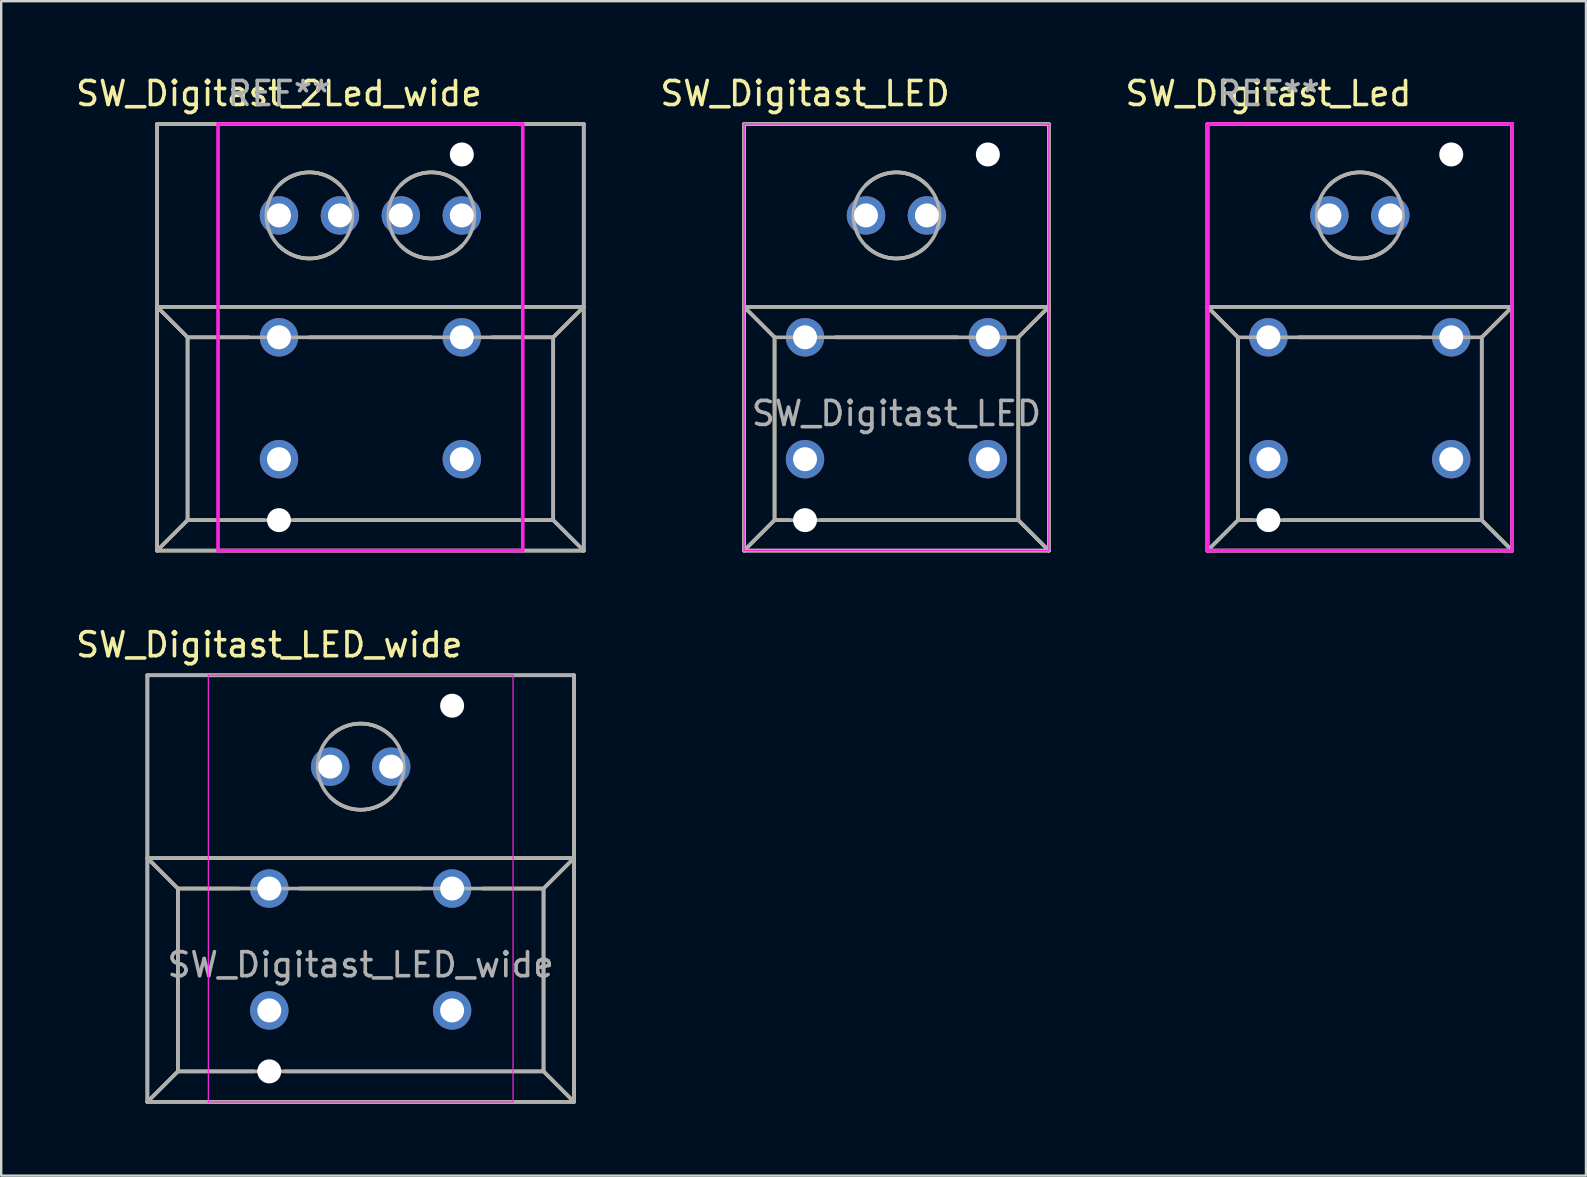
<source format=kicad_pcb>
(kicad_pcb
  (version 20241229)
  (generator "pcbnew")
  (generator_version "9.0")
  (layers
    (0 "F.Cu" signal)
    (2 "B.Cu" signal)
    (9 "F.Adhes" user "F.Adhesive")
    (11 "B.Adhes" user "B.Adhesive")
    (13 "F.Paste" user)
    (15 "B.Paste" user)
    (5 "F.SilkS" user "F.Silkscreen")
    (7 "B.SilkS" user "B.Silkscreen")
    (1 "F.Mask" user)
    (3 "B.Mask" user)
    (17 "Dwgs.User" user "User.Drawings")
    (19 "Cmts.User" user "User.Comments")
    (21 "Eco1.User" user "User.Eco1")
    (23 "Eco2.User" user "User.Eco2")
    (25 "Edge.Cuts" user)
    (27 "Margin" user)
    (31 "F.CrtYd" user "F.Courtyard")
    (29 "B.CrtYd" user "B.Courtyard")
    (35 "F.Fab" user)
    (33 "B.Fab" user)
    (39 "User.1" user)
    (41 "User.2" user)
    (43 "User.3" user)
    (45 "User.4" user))
  (footprint "SW_Digitast_2Led_wide"
    (layer "F.Cu")
    (at 12.387 11.008)
    (property "Reference" "SW_Digitast_2Led_wide" (at -3.81 -10.16 0) (layer "F.SilkS") (effects (font (size 1 1) (thickness 0.15))))
    (attr through_hole)
    (fp_line (start -8.89 -8.89) (end -8.89 8.89) (stroke (width 0.15) (type solid)) (layer "F.SilkS"))
    (fp_line (start -8.89 -1.27) (end 8.89 -1.27) (stroke (width 0.15) (type solid)) (layer "F.SilkS"))
    (fp_line (start -8.89 8.89) (end 8.89 8.89) (stroke (width 0.15) (type solid)) (layer "F.SilkS"))
    (fp_line (start -7.62 0) (end -8.89 -1.27) (stroke (width 0.15) (type solid)) (layer "F.SilkS"))
    (fp_line (start -7.62 0) (end -7.62 7.62) (stroke (width 0.15) (type solid)) (layer "F.SilkS"))
    (fp_line (start -7.62 7.62) (end -8.89 8.89) (stroke (width 0.15) (type solid)) (layer "F.SilkS"))
    (fp_line (start -7.62 7.62) (end -4.445 7.62) (stroke (width 0.15) (type solid)) (layer "F.SilkS"))
    (fp_line (start -5.08 0) (end -7.62 0) (stroke (width 0.15) (type solid)) (layer "F.SilkS"))
    (fp_line (start -3.175 7.62) (end 7.62 7.62) (stroke (width 0.15) (type solid)) (layer "F.SilkS"))
    (fp_line (start 2.54 0) (end -2.54 0) (stroke (width 0.15) (type solid)) (layer "F.SilkS"))
    (fp_line (start 5.08 0) (end 7.62 0) (stroke (width 0.15) (type solid)) (layer "F.SilkS"))
    (fp_line (start 5.715 -8.89) (end 4.445 -8.89) (stroke (width 0.15) (type solid)) (layer "F.SilkS"))
    (fp_line (start 7.62 0) (end 8.89 -1.27) (stroke (width 0.15) (type solid)) (layer "F.SilkS"))
    (fp_line (start 7.62 7.62) (end 7.62 0) (stroke (width 0.15) (type solid)) (layer "F.SilkS"))
    (fp_line (start 7.62 7.62) (end 8.89 8.89) (stroke (width 0.15) (type solid)) (layer "F.SilkS"))
    (fp_line (start 8.89 -8.89) (end -8.89 -8.89) (stroke (width 0.15) (type solid)) (layer "F.SilkS"))
    (fp_line (start 8.89 8.89) (end 8.89 -8.89) (stroke (width 0.15) (type solid)) (layer "F.SilkS"))
    (fp_arc (start -3.81 -6.35) (mid -2.54 -6.876051) (end -1.27 -6.35) (stroke (width 0.15) (type solid)) (layer "F.SilkS"))
    (fp_arc (start -1.27 -3.81) (mid -2.54 -3.283949) (end -3.81 -3.81) (stroke (width 0.15) (type solid)) (layer "F.SilkS"))
    (fp_arc (start 1.27 -6.35) (mid 2.54 -6.876051) (end 3.81 -6.35) (stroke (width 0.15) (type solid)) (layer "F.SilkS"))
    (fp_arc (start 3.81 -3.81) (mid 2.54 -3.283949) (end 1.27 -3.81) (stroke (width 0.15) (type solid)) (layer "F.SilkS"))
    (fp_line (start -6.35 -8.89) (end 6.35 -8.89) (stroke (width 0.15) (type solid)) (layer "F.CrtYd"))
    (fp_line (start -6.35 8.89) (end -6.35 -8.89) (stroke (width 0.15) (type solid)) (layer "F.CrtYd"))
    (fp_line (start 6.35 -8.89) (end 6.35 8.89) (stroke (width 0.15) (type solid)) (layer "F.CrtYd"))
    (fp_line (start 6.35 8.89) (end -6.35 8.89) (stroke (width 0.15) (type solid)) (layer "F.CrtYd"))
    (fp_line (start -8.89 -8.89) (end -8.89 8.89) (stroke (width 0.15) (type solid)) (layer "F.Fab"))
    (fp_line (start -8.89 -1.27) (end -7.62 0) (stroke (width 0.15) (type solid)) (layer "F.Fab"))
    (fp_line (start -8.89 -1.27) (end 8.89 -1.27) (stroke (width 0.15) (type solid)) (layer "F.Fab"))
    (fp_line (start -8.89 8.89) (end -7.62 7.62) (stroke (width 0.15) (type solid)) (layer "F.Fab"))
    (fp_line (start -8.89 8.89) (end 8.89 8.89) (stroke (width 0.15) (type solid)) (layer "F.Fab"))
    (fp_line (start -7.62 0) (end -7.62 7.62) (stroke (width 0.15) (type solid)) (layer "F.Fab"))
    (fp_line (start -7.62 0) (end 7.62 0) (stroke (width 0.15) (type solid)) (layer "F.Fab"))
    (fp_line (start -7.62 7.62) (end 7.62 7.62) (stroke (width 0.15) (type solid)) (layer "F.Fab"))
    (fp_line (start 7.62 0) (end 7.62 7.62) (stroke (width 0.15) (type solid)) (layer "F.Fab"))
    (fp_line (start 7.62 0) (end 8.89 -1.27) (stroke (width 0.15) (type solid)) (layer "F.Fab"))
    (fp_line (start 7.62 7.62) (end 8.89 8.89) (stroke (width 0.15) (type solid)) (layer "F.Fab"))
    (fp_line (start 8.89 -8.89) (end -8.89 -8.89) (stroke (width 0.15) (type solid)) (layer "F.Fab"))
    (fp_line (start 8.89 8.89) (end 8.89 -8.89) (stroke (width 0.15) (type solid)) (layer "F.Fab"))
    (fp_circle (center -2.54 -5.08) (end -1.27 -3.81) (stroke (width 0.15) (type solid)) (fill no) (layer "F.Fab"))
    (fp_circle (center 2.54 -5.08) (end 3.81 -3.81) (stroke (width 0.15) (type solid)) (fill no) (layer "F.Fab"))
    (fp_text user "REF**" (at -3.81 -10.16 0) (layer "F.Fab") (effects (font (size 1 1) (thickness 0.15))))
    (pad "" np_thru_hole circle (at -3.81 7.62) (size 1 1) (drill 1) (layers "*.Cu" "*.Mask"))
    (pad "" np_thru_hole circle (at 3.81 -7.62) (size 1 1) (drill 1) (layers "*.Cu" "*.Mask"))
    (pad "1" thru_hole circle (at 3.81 5.08) (size 1.6 1.6) (drill 1) (layers "*.Cu" "*.Mask"))
    (pad "2" thru_hole circle (at -3.81 0) (size 1.6 1.6) (drill 1) (layers "*.Cu" "*.Mask"))
    (pad "2" thru_hole circle (at 3.81 0) (size 1.6 1.6) (drill 1) (layers "*.Cu" "*.Mask"))
    (pad "3" thru_hole circle (at -3.81 5.08) (size 1.6 1.6) (drill 1) (layers "*.Cu" "*.Mask"))
    (pad "A1" thru_hole circle (at -3.81 -5.08) (size 1.6 1.6) (drill 1) (layers "*.Cu" "*.Mask"))
    (pad "A2" thru_hole circle (at 3.81 -5.08) (size 1.6 1.6) (drill 1) (layers "*.Cu" "*.Mask"))
    (pad "C1" thru_hole circle (at -1.27 -5.08) (size 1.6 1.6) (drill 1) (layers "*.Cu" "*.Mask"))
    (pad "C2" thru_hole circle (at 1.27 -5.08) (size 1.6 1.6) (drill 1) (layers "*.Cu" "*.Mask")))
  (footprint "SW_Digitast_LED"
    (layer "F.Cu")
    (at 34.311 11.008)
    (property "Reference" "SW_Digitast_LED" (at -3.81 -10.16 0) (layer "F.SilkS") (effects (font (size 1 1) (thickness 0.15))))
    (attr through_hole)
    (fp_line (start -6.35 -8.89) (end -6.35 8.89) (stroke (width 0.15) (type solid)) (layer "F.SilkS"))
    (fp_line (start -6.35 -1.27) (end 6.35 -1.27) (stroke (width 0.15) (type solid)) (layer "F.SilkS"))
    (fp_line (start -6.35 8.89) (end 6.35 8.89) (stroke (width 0.15) (type solid)) (layer "F.SilkS"))
    (fp_line (start -5.08 0) (end -6.35 -1.27) (stroke (width 0.15) (type solid)) (layer "F.SilkS"))
    (fp_line (start -5.08 0) (end -5.08 7.62) (stroke (width 0.15) (type solid)) (layer "F.SilkS"))
    (fp_line (start -5.08 7.62) (end -6.35 8.89) (stroke (width 0.15) (type solid)) (layer "F.SilkS"))
    (fp_line (start -5.08 7.62) (end -4.445 7.62) (stroke (width 0.15) (type solid)) (layer "F.SilkS"))
    (fp_line (start -3.175 7.62) (end 5.08 7.62) (stroke (width 0.15) (type solid)) (layer "F.SilkS"))
    (fp_line (start 2.54 0) (end -2.54 0) (stroke (width 0.15) (type solid)) (layer "F.SilkS"))
    (fp_line (start 5.08 0) (end 6.35 -1.27) (stroke (width 0.15) (type solid)) (layer "F.SilkS"))
    (fp_line (start 5.08 7.62) (end 5.08 0) (stroke (width 0.15) (type solid)) (layer "F.SilkS"))
    (fp_line (start 5.08 7.62) (end 6.35 8.89) (stroke (width 0.15) (type solid)) (layer "F.SilkS"))
    (fp_line (start 6.35 -8.89) (end -6.35 -8.89) (stroke (width 0.15) (type solid)) (layer "F.SilkS"))
    (fp_line (start 6.35 8.89) (end 6.35 -8.89) (stroke (width 0.15) (type solid)) (layer "F.SilkS"))
    (fp_arc (start -1.27 -6.35) (mid 0 -6.876051) (end 1.27 -6.35) (stroke (width 0.15) (type solid)) (layer "F.SilkS"))
    (fp_arc (start 1.27 -3.81) (mid 0 -3.283949) (end -1.27 -3.81) (stroke (width 0.15) (type solid)) (layer "F.SilkS"))
    (fp_line (start -6.35 -8.89) (end 6.35 -8.89) (stroke (width 0.05) (type solid)) (layer "F.CrtYd"))
    (fp_line (start -6.35 8.89) (end -6.35 -8.89) (stroke (width 0.05) (type solid)) (layer "F.CrtYd"))
    (fp_line (start 6.35 -8.89) (end 6.35 8.89) (stroke (width 0.05) (type solid)) (layer "F.CrtYd"))
    (fp_line (start 6.35 8.89) (end -6.35 8.89) (stroke (width 0.05) (type solid)) (layer "F.CrtYd"))
    (fp_line (start -6.35 -8.89) (end -6.35 8.89) (stroke (width 0.15) (type solid)) (layer "F.Fab"))
    (fp_line (start -6.35 -1.27) (end -5.08 0) (stroke (width 0.15) (type solid)) (layer "F.Fab"))
    (fp_line (start -6.35 -1.27) (end 6.35 -1.27) (stroke (width 0.15) (type solid)) (layer "F.Fab"))
    (fp_line (start -6.35 8.89) (end -5.08 7.62) (stroke (width 0.15) (type solid)) (layer "F.Fab"))
    (fp_line (start -6.35 8.89) (end 6.35 8.89) (stroke (width 0.15) (type solid)) (layer "F.Fab"))
    (fp_line (start -5.08 0) (end -5.08 7.62) (stroke (width 0.15) (type solid)) (layer "F.Fab"))
    (fp_line (start -5.08 0) (end 5.08 0) (stroke (width 0.15) (type solid)) (layer "F.Fab"))
    (fp_line (start -5.08 7.62) (end 5.08 7.62) (stroke (width 0.15) (type solid)) (layer "F.Fab"))
    (fp_line (start 5.08 0) (end 5.08 7.62) (stroke (width 0.15) (type solid)) (layer "F.Fab"))
    (fp_line (start 5.08 0) (end 6.35 -1.27) (stroke (width 0.15) (type solid)) (layer "F.Fab"))
    (fp_line (start 5.08 7.62) (end 6.35 8.89) (stroke (width 0.15) (type solid)) (layer "F.Fab"))
    (fp_line (start 6.35 -8.89) (end -6.35 -8.89) (stroke (width 0.15) (type solid)) (layer "F.Fab"))
    (fp_line (start 6.35 8.89) (end 6.35 -8.89) (stroke (width 0.15) (type solid)) (layer "F.Fab"))
    (fp_circle (center 0 -5.08) (end 1.27 -3.81) (stroke (width 0.15) (type solid)) (fill no) (layer "F.Fab"))
    (fp_text user "${REFERENCE}" (at 0 3.175 0) (layer "F.Fab") (effects (font (size 1 1) (thickness 0.15))))
    (pad "" np_thru_hole circle (at -3.81 7.62) (size 1 1) (drill 1) (layers "*.Cu" "*.Mask"))
    (pad "" np_thru_hole circle (at 3.81 -7.62) (size 1 1) (drill 1) (layers "*.Cu" "*.Mask"))
    (pad "1" thru_hole circle (at 3.81 5.08) (size 1.6 1.6) (drill 1) (layers "*.Cu" "*.Mask"))
    (pad "2" thru_hole circle (at -3.81 0) (size 1.6 1.6) (drill 1) (layers "*.Cu" "*.Mask"))
    (pad "2" thru_hole circle (at 3.81 0) (size 1.6 1.6) (drill 1) (layers "*.Cu" "*.Mask"))
    (pad "3" thru_hole circle (at -3.81 5.08) (size 1.6 1.6) (drill 1) (layers "*.Cu" "*.Mask"))
    (pad "A1" thru_hole circle (at -1.27 -5.08) (size 1.6 1.6) (drill 1) (layers "*.Cu" "*.Mask"))
    (pad "C1" thru_hole circle (at 1.27 -5.08) (size 1.6 1.6) (drill 1) (layers "*.Cu" "*.Mask")))
  (footprint "SW_Digitast_LED_wide"
    (layer "F.Cu")
    (at 15.793 39.062)
    (property "Reference" "SW_Digitast_LED_wide" (at -7.62 -15.24 0) (layer "F.SilkS") (effects (font (size 1 1) (thickness 0.15))))
    (attr through_hole)
    (fp_line (start -12.7 -13.97) (end -12.7 3.81) (stroke (width 0.15) (type solid)) (layer "F.SilkS"))
    (fp_line (start -12.7 -6.35) (end 5.08 -6.35) (stroke (width 0.15) (type solid)) (layer "F.SilkS"))
    (fp_line (start -12.7 3.81) (end 5.08 3.81) (stroke (width 0.15) (type solid)) (layer "F.SilkS"))
    (fp_line (start -11.43 -5.08) (end -12.7 -6.35) (stroke (width 0.15) (type solid)) (layer "F.SilkS"))
    (fp_line (start -11.43 -5.08) (end -11.43 2.54) (stroke (width 0.15) (type solid)) (layer "F.SilkS"))
    (fp_line (start -11.43 2.54) (end -12.7 3.81) (stroke (width 0.15) (type solid)) (layer "F.SilkS"))
    (fp_line (start -11.43 2.54) (end -8.255 2.54) (stroke (width 0.15) (type solid)) (layer "F.SilkS"))
    (fp_line (start -8.89 -5.08) (end -11.43 -5.08) (stroke (width 0.15) (type solid)) (layer "F.SilkS"))
    (fp_line (start -6.985 2.54) (end 3.81 2.54) (stroke (width 0.15) (type solid)) (layer "F.SilkS"))
    (fp_line (start -1.27 -5.08) (end -6.35 -5.08) (stroke (width 0.15) (type solid)) (layer "F.SilkS"))
    (fp_line (start 1.27 -5.08) (end 3.81 -5.08) (stroke (width 0.15) (type solid)) (layer "F.SilkS"))
    (fp_line (start 3.81 -5.08) (end 5.08 -6.35) (stroke (width 0.15) (type solid)) (layer "F.SilkS"))
    (fp_line (start 3.81 2.54) (end 3.81 -5.08) (stroke (width 0.15) (type solid)) (layer "F.SilkS"))
    (fp_line (start 3.81 2.54) (end 5.08 3.81) (stroke (width 0.15) (type solid)) (layer "F.SilkS"))
    (fp_line (start 5.08 -13.97) (end -12.7 -13.97) (stroke (width 0.15) (type solid)) (layer "F.SilkS"))
    (fp_line (start 5.08 3.81) (end 5.08 -13.97) (stroke (width 0.15) (type solid)) (layer "F.SilkS"))
    (fp_arc (start -5.08 -11.43) (mid -3.81 -11.956051) (end -2.54 -11.43) (stroke (width 0.15) (type solid)) (layer "F.SilkS"))
    (fp_arc (start -2.54 -8.89) (mid -3.81 -8.363949) (end -5.08 -8.89) (stroke (width 0.15) (type solid)) (layer "F.SilkS"))
    (fp_line (start -10.16 -13.97) (end 2.54 -13.97) (stroke (width 0.05) (type solid)) (layer "F.CrtYd"))
    (fp_line (start -10.16 3.81) (end -10.16 -13.97) (stroke (width 0.05) (type solid)) (layer "F.CrtYd"))
    (fp_line (start 2.54 -13.97) (end 2.54 3.81) (stroke (width 0.05) (type solid)) (layer "F.CrtYd"))
    (fp_line (start 2.54 3.81) (end -10.16 3.81) (stroke (width 0.05) (type solid)) (layer "F.CrtYd"))
    (fp_line (start -12.7 -13.97) (end -12.7 3.81) (stroke (width 0.15) (type solid)) (layer "F.Fab"))
    (fp_line (start -12.7 -6.35) (end -11.43 -5.08) (stroke (width 0.15) (type solid)) (layer "F.Fab"))
    (fp_line (start -12.7 -6.35) (end 5.08 -6.35) (stroke (width 0.15) (type solid)) (layer "F.Fab"))
    (fp_line (start -12.7 3.81) (end -11.43 2.54) (stroke (width 0.15) (type solid)) (layer "F.Fab"))
    (fp_line (start -12.7 3.81) (end 5.08 3.81) (stroke (width 0.15) (type solid)) (layer "F.Fab"))
    (fp_line (start -11.43 -5.08) (end -11.43 2.54) (stroke (width 0.15) (type solid)) (layer "F.Fab"))
    (fp_line (start -11.43 -5.08) (end 3.81 -5.08) (stroke (width 0.15) (type solid)) (layer "F.Fab"))
    (fp_line (start -11.43 2.54) (end 3.81 2.54) (stroke (width 0.15) (type solid)) (layer "F.Fab"))
    (fp_line (start 3.81 -5.08) (end 3.81 2.54) (stroke (width 0.15) (type solid)) (layer "F.Fab"))
    (fp_line (start 3.81 -5.08) (end 5.08 -6.35) (stroke (width 0.15) (type solid)) (layer "F.Fab"))
    (fp_line (start 3.81 2.54) (end 5.08 3.81) (stroke (width 0.15) (type solid)) (layer "F.Fab"))
    (fp_line (start 5.08 -13.97) (end -12.7 -13.97) (stroke (width 0.15) (type solid)) (layer "F.Fab"))
    (fp_line (start 5.08 3.81) (end 5.08 -13.97) (stroke (width 0.15) (type solid)) (layer "F.Fab"))
    (fp_circle (center -3.81 -10.16) (end -2.54 -8.89) (stroke (width 0.15) (type solid)) (fill no) (layer "F.Fab"))
    (fp_text user "${REFERENCE}" (at -3.81 -1.905 0) (layer "F.Fab") (effects (font (size 1 1) (thickness 0.15))))
    (pad "" np_thru_hole circle (at -7.62 2.54) (size 1 1) (drill 1) (layers "*.Cu" "*.Mask"))
    (pad "" np_thru_hole circle (at 0 -12.7) (size 1 1) (drill 1) (layers "*.Cu" "*.Mask"))
    (pad "1" thru_hole circle (at 0 0) (size 1.6 1.6) (drill 1) (layers "*.Cu" "*.Mask"))
    (pad "2" thru_hole circle (at -7.62 -5.08) (size 1.6 1.6) (drill 1) (layers "*.Cu" "*.Mask"))
    (pad "2" thru_hole circle (at 0 -5.08) (size 1.6 1.6) (drill 1) (layers "*.Cu" "*.Mask"))
    (pad "3" thru_hole circle (at -7.62 0) (size 1.6 1.6) (drill 1) (layers "*.Cu" "*.Mask"))
    (pad "A1" thru_hole circle (at -5.08 -10.16) (size 1.6 1.6) (drill 1) (layers "*.Cu" "*.Mask"))
    (pad "C1" thru_hole circle (at -2.54 -10.16) (size 1.6 1.6) (drill 1) (layers "*.Cu" "*.Mask")))
  (footprint "SW_Digitast_Led"
    (layer "F.Cu")
    (at 53.624 11.008)
    (property "Reference" "SW_Digitast_Led" (at -3.81 -10.16 0) (layer "F.SilkS") (effects (font (size 1 1) (thickness 0.15))))
    (attr through_hole)
    (fp_line (start -6.35 -8.89) (end -6.35 8.89) (stroke (width 0.15) (type solid)) (layer "F.SilkS"))
    (fp_line (start -6.35 -1.27) (end 6.35 -1.27) (stroke (width 0.15) (type solid)) (layer "F.SilkS"))
    (fp_line (start -6.35 8.89) (end 6.35 8.89) (stroke (width 0.15) (type solid)) (layer "F.SilkS"))
    (fp_line (start -5.08 0) (end -6.35 -1.27) (stroke (width 0.15) (type solid)) (layer "F.SilkS"))
    (fp_line (start -5.08 0) (end -5.08 7.62) (stroke (width 0.15) (type solid)) (layer "F.SilkS"))
    (fp_line (start -5.08 7.62) (end -6.35 8.89) (stroke (width 0.15) (type solid)) (layer "F.SilkS"))
    (fp_line (start -5.08 7.62) (end -4.445 7.62) (stroke (width 0.15) (type solid)) (layer "F.SilkS"))
    (fp_line (start -3.175 7.62) (end 5.08 7.62) (stroke (width 0.15) (type solid)) (layer "F.SilkS"))
    (fp_line (start 2.54 0) (end -2.54 0) (stroke (width 0.15) (type solid)) (layer "F.SilkS"))
    (fp_line (start 5.08 0) (end 6.35 -1.27) (stroke (width 0.15) (type solid)) (layer "F.SilkS"))
    (fp_line (start 5.08 7.62) (end 5.08 0) (stroke (width 0.15) (type solid)) (layer "F.SilkS"))
    (fp_line (start 5.08 7.62) (end 6.35 8.89) (stroke (width 0.15) (type solid)) (layer "F.SilkS"))
    (fp_line (start 6.35 -8.89) (end -6.35 -8.89) (stroke (width 0.15) (type solid)) (layer "F.SilkS"))
    (fp_line (start 6.35 8.89) (end 6.35 -8.89) (stroke (width 0.15) (type solid)) (layer "F.SilkS"))
    (fp_arc (start -1.27 -6.35) (mid 0 -6.876051) (end 1.27 -6.35) (stroke (width 0.15) (type solid)) (layer "F.SilkS"))
    (fp_arc (start 1.27 -3.81) (mid 0 -3.283949) (end -1.27 -3.81) (stroke (width 0.15) (type solid)) (layer "F.SilkS"))
    (fp_line (start -6.35 -8.89) (end 6.35 -8.89) (stroke (width 0.15) (type solid)) (layer "F.CrtYd"))
    (fp_line (start -6.35 8.89) (end -6.35 -8.89) (stroke (width 0.15) (type solid)) (layer "F.CrtYd"))
    (fp_line (start 6.35 -8.89) (end 6.35 8.89) (stroke (width 0.15) (type solid)) (layer "F.CrtYd"))
    (fp_line (start 6.35 8.89) (end -6.35 8.89) (stroke (width 0.15) (type solid)) (layer "F.CrtYd"))
    (fp_line (start -6.35 -8.89) (end -6.35 8.89) (stroke (width 0.15) (type solid)) (layer "F.Fab"))
    (fp_line (start -6.35 -1.27) (end -5.08 0) (stroke (width 0.15) (type solid)) (layer "F.Fab"))
    (fp_line (start -6.35 -1.27) (end 6.35 -1.27) (stroke (width 0.15) (type solid)) (layer "F.Fab"))
    (fp_line (start -6.35 8.89) (end -5.08 7.62) (stroke (width 0.15) (type solid)) (layer "F.Fab"))
    (fp_line (start -6.35 8.89) (end 6.35 8.89) (stroke (width 0.15) (type solid)) (layer "F.Fab"))
    (fp_line (start -5.08 0) (end -5.08 7.62) (stroke (width 0.15) (type solid)) (layer "F.Fab"))
    (fp_line (start -5.08 0) (end 5.08 0) (stroke (width 0.15) (type solid)) (layer "F.Fab"))
    (fp_line (start -5.08 7.62) (end 5.08 7.62) (stroke (width 0.15) (type solid)) (layer "F.Fab"))
    (fp_line (start 5.08 0) (end 5.08 7.62) (stroke (width 0.15) (type solid)) (layer "F.Fab"))
    (fp_line (start 5.08 0) (end 6.35 -1.27) (stroke (width 0.15) (type solid)) (layer "F.Fab"))
    (fp_line (start 5.08 7.62) (end 6.35 8.89) (stroke (width 0.15) (type solid)) (layer "F.Fab"))
    (fp_line (start 6.35 -8.89) (end -6.35 -8.89) (stroke (width 0.15) (type solid)) (layer "F.Fab"))
    (fp_line (start 6.35 8.89) (end 6.35 -8.89) (stroke (width 0.15) (type solid)) (layer "F.Fab"))
    (fp_circle (center 0 -5.08) (end 1.27 -3.81) (stroke (width 0.15) (type solid)) (fill no) (layer "F.Fab"))
    (fp_text user "REF**" (at -3.81 -10.16 0) (layer "F.Fab") (effects (font (size 1 1) (thickness 0.15))))
    (pad "" np_thru_hole circle (at -3.81 7.62) (size 1 1) (drill 1) (layers "*.Cu" "*.Mask"))
    (pad "" np_thru_hole circle (at 3.81 -7.62) (size 1 1) (drill 1) (layers "*.Cu" "*.Mask"))
    (pad "1" thru_hole circle (at 3.81 5.08) (size 1.6 1.6) (drill 1) (layers "*.Cu" "*.Mask"))
    (pad "2" thru_hole circle (at -3.81 0) (size 1.6 1.6) (drill 1) (layers "*.Cu" "*.Mask"))
    (pad "2" thru_hole circle (at 3.81 0) (size 1.6 1.6) (drill 1) (layers "*.Cu" "*.Mask"))
    (pad "3" thru_hole circle (at -3.81 5.08) (size 1.6 1.6) (drill 1) (layers "*.Cu" "*.Mask"))
    (pad "A1" thru_hole circle (at -1.27 -5.08) (size 1.6 1.6) (drill 1) (layers "*.Cu" "*.Mask"))
    (pad "C1" thru_hole circle (at 1.27 -5.08) (size 1.6 1.6) (drill 1) (layers "*.Cu" "*.Mask")))
  (gr_rect
    (start -3 -3)
    (end 63.049 45.947)
    (stroke (width 0.1) (type default))
    (fill no)
    (layer "Edge.Cuts")))
</source>
